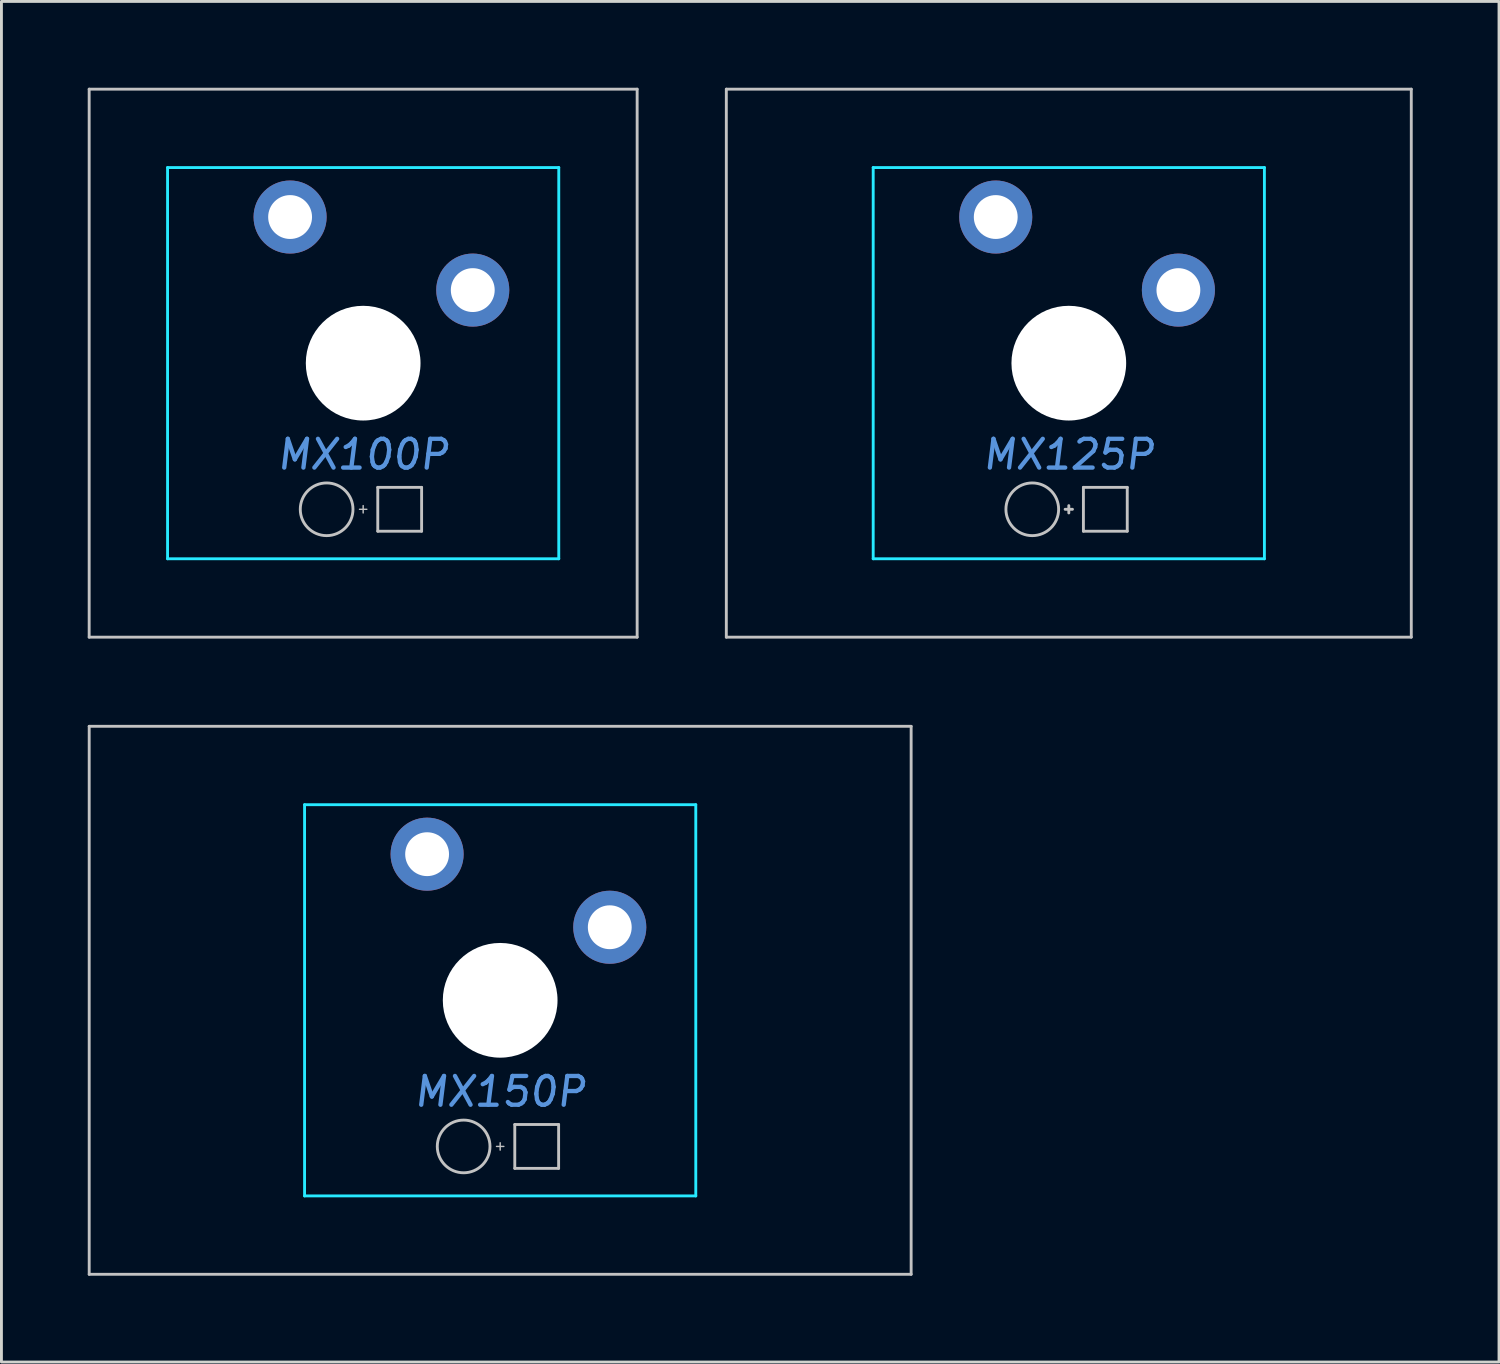
<source format=kicad_pcb>
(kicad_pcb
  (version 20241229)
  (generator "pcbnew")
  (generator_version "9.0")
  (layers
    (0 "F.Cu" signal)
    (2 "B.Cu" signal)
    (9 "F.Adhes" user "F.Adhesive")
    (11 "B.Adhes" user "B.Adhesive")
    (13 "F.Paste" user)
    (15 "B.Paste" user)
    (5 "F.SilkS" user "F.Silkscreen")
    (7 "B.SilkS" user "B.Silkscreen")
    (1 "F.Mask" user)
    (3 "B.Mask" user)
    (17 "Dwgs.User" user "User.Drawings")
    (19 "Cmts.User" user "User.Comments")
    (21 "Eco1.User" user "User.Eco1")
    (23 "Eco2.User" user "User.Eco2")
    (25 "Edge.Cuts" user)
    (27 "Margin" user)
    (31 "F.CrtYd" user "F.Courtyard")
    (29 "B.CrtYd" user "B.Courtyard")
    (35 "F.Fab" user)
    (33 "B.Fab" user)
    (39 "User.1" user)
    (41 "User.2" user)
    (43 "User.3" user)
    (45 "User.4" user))
  (footprint "MX125P"
    (layer "F.Cu")
    (at 34.106 9.575)
    (property "Reference" "MX125P" (at 0 3.175 0) (layer "Cmts.User") (effects (font (size 1 1) (thickness 0.15) (italic yes))))
    (attr through_hole)
    (fp_line (start -11.906 -9.525) (end -11.906 9.525) (stroke (width 0.1) (type solid)) (layer "Dwgs.User"))
    (fp_line (start -11.906 -9.525) (end 11.906 -9.525) (stroke (width 0.1) (type solid)) (layer "Dwgs.User"))
    (fp_line (start -11.906 9.525) (end 11.906 9.525) (stroke (width 0.1) (type solid)) (layer "Dwgs.User"))
    (fp_line (start -0.127 5.08) (end 0.127 5.08) (stroke (width 0.1) (type solid)) (layer "Dwgs.User"))
    (fp_line (start 0 4.953) (end 0 5.207) (stroke (width 0.1) (type solid)) (layer "Dwgs.User"))
    (fp_line (start 0.508 4.318) (end 2.032 4.318) (stroke (width 0.1) (type solid)) (layer "Dwgs.User"))
    (fp_line (start 0.508 5.842) (end 0.508 4.318) (stroke (width 0.1) (type solid)) (layer "Dwgs.User"))
    (fp_line (start 2.032 4.318) (end 2.032 5.842) (stroke (width 0.1) (type solid)) (layer "Dwgs.User"))
    (fp_line (start 2.032 5.842) (end 0.508 5.842) (stroke (width 0.1) (type solid)) (layer "Dwgs.User"))
    (fp_line (start 11.906 -9.525) (end 11.906 9.525) (stroke (width 0.1) (type solid)) (layer "Dwgs.User"))
    (fp_circle (center -1.27 5.08) (end -0.354 5.08) (stroke (width 0.1) (type solid)) (fill no) (layer "Dwgs.User"))
    (fp_line (start -8.001 -5.715) (end -8.001 -3.175) (stroke (width 0.1) (type solid)) (layer "Eco1.User"))
    (fp_line (start -8.001 5.715) (end -8.001 3.175) (stroke (width 0.1) (type solid)) (layer "Eco1.User"))
    (fp_line (start -7.747 -5.969) (end -7.239 -5.969) (stroke (width 0.1) (type solid)) (layer "Eco1.User"))
    (fp_line (start -7.747 -2.921) (end -7.239 -2.921) (stroke (width 0.1) (type solid)) (layer "Eco1.User"))
    (fp_line (start -7.747 2.921) (end -7.239 2.921) (stroke (width 0.1) (type solid)) (layer "Eco1.User"))
    (fp_line (start -7.747 5.969) (end -7.239 5.969) (stroke (width 0.1) (type solid)) (layer "Eco1.User"))
    (fp_line (start -6.985 -6.223) (end -6.985 -6.731) (stroke (width 0.1) (type solid)) (layer "Eco1.User"))
    (fp_line (start -6.985 -2.667) (end -6.985 2.667) (stroke (width 0.1) (type solid)) (layer "Eco1.User"))
    (fp_line (start -6.985 6.223) (end -6.985 6.731) (stroke (width 0.1) (type solid)) (layer "Eco1.User"))
    (fp_line (start -2.159 0) (end 2.159 0) (stroke (width 0.1) (type solid)) (layer "Eco1.User"))
    (fp_line (start 0 -2.286) (end 0 2.286) (stroke (width 0.1) (type solid)) (layer "Eco1.User"))
    (fp_line (start 6.731 -6.985) (end -6.731 -6.985) (stroke (width 0.1) (type solid)) (layer "Eco1.User"))
    (fp_line (start 6.731 6.985) (end -6.731 6.985) (stroke (width 0.1) (type solid)) (layer "Eco1.User"))
    (fp_line (start 6.985 -6.223) (end 6.985 -6.731) (stroke (width 0.1) (type solid)) (layer "Eco1.User"))
    (fp_line (start 6.985 2.667) (end 6.985 -2.667) (stroke (width 0.1) (type solid)) (layer "Eco1.User"))
    (fp_line (start 6.985 6.223) (end 6.985 6.731) (stroke (width 0.1) (type solid)) (layer "Eco1.User"))
    (fp_line (start 7.747 -5.969) (end 7.239 -5.969) (stroke (width 0.1) (type solid)) (layer "Eco1.User"))
    (fp_line (start 7.747 -2.921) (end 7.239 -2.921) (stroke (width 0.1) (type solid)) (layer "Eco1.User"))
    (fp_line (start 7.747 2.921) (end 7.239 2.921) (stroke (width 0.1) (type solid)) (layer "Eco1.User"))
    (fp_line (start 7.747 5.969) (end 7.239 5.969) (stroke (width 0.1) (type solid)) (layer "Eco1.User"))
    (fp_line (start 8.001 -5.715) (end 8.001 -3.175) (stroke (width 0.1) (type solid)) (layer "Eco1.User"))
    (fp_line (start 8.001 5.715) (end 8.001 3.175) (stroke (width 0.1) (type solid)) (layer "Eco1.User"))
    (fp_arc (start -8.001 -5.715) (mid -7.926605 -5.894605) (end -7.747 -5.969) (stroke (width 0.1) (type solid)) (layer "Eco1.User"))
    (fp_arc (start -8.001 3.175) (mid -7.926605 2.995395) (end -7.747 2.921) (stroke (width 0.1) (type solid)) (layer "Eco1.User"))
    (fp_arc (start -7.747 -2.921) (mid -7.926605 -2.995395) (end -8.001 -3.175) (stroke (width 0.1) (type solid)) (layer "Eco1.User"))
    (fp_arc (start -7.747 5.969) (mid -7.926605 5.894605) (end -8.001 5.715) (stroke (width 0.1) (type solid)) (layer "Eco1.User"))
    (fp_arc (start -7.239 -2.921) (mid -7.059395 -2.846605) (end -6.985 -2.667) (stroke (width 0.1) (type solid)) (layer "Eco1.User"))
    (fp_arc (start -7.239 5.969) (mid -7.059395 6.043395) (end -6.985 6.223) (stroke (width 0.1) (type solid)) (layer "Eco1.User"))
    (fp_arc (start -6.985 -6.731) (mid -6.910605 -6.910605) (end -6.731 -6.985) (stroke (width 0.1) (type solid)) (layer "Eco1.User"))
    (fp_arc (start -6.985 -6.223) (mid -7.059395 -6.043395) (end -7.239 -5.969) (stroke (width 0.1) (type solid)) (layer "Eco1.User"))
    (fp_arc (start -6.985 2.667) (mid -7.059395 2.846605) (end -7.239 2.921) (stroke (width 0.1) (type solid)) (layer "Eco1.User"))
    (fp_arc (start -6.731 6.985) (mid -6.910605 6.910605) (end -6.985 6.731) (stroke (width 0.1) (type solid)) (layer "Eco1.User"))
    (fp_arc (start 6.731 -6.985) (mid 6.910605 -6.910605) (end 6.985 -6.731) (stroke (width 0.1) (type solid)) (layer "Eco1.User"))
    (fp_arc (start 6.985 -2.667) (mid 7.059395 -2.846605) (end 7.239 -2.921) (stroke (width 0.1) (type solid)) (layer "Eco1.User"))
    (fp_arc (start 6.985 6.223) (mid 7.059395 6.043395) (end 7.239 5.969) (stroke (width 0.1) (type solid)) (layer "Eco1.User"))
    (fp_arc (start 6.985 6.731) (mid 6.910605 6.910605) (end 6.731 6.985) (stroke (width 0.1) (type solid)) (layer "Eco1.User"))
    (fp_arc (start 7.239 -5.969) (mid 7.059395 -6.043395) (end 6.985 -6.223) (stroke (width 0.1) (type solid)) (layer "Eco1.User"))
    (fp_arc (start 7.239 2.921) (mid 7.059395 2.846605) (end 6.985 2.667) (stroke (width 0.1) (type solid)) (layer "Eco1.User"))
    (fp_arc (start 7.747 -5.969) (mid 7.926605 -5.894605) (end 8.001 -5.715) (stroke (width 0.1) (type solid)) (layer "Eco1.User"))
    (fp_arc (start 7.747 2.921) (mid 7.926605 2.995395) (end 8.001 3.175) (stroke (width 0.1) (type solid)) (layer "Eco1.User"))
    (fp_arc (start 8.001 -3.175) (mid 7.926605 -2.995395) (end 7.747 -2.921) (stroke (width 0.1) (type solid)) (layer "Eco1.User"))
    (fp_arc (start 8.001 5.715) (mid 7.926605 5.894605) (end 7.747 5.969) (stroke (width 0.1) (type solid)) (layer "Eco1.User"))
    (fp_circle (center 0 0) (end 1.905 0) (stroke (width 0.1) (type solid)) (fill no) (layer "Eco1.User"))
    (fp_line (start -6.8 -6.8) (end -6.8 6.8) (stroke (width 0.1) (type solid)) (layer "B.CrtYd"))
    (fp_line (start -6.8 -6.8) (end 6.8 -6.8) (stroke (width 0.1) (type solid)) (layer "B.CrtYd"))
    (fp_line (start -6.8 6.8) (end 6.8 6.8) (stroke (width 0.1) (type solid)) (layer "B.CrtYd"))
    (fp_line (start 6.8 6.8) (end 6.8 -6.8) (stroke (width 0.1) (type solid)) (layer "B.CrtYd"))
    (pad "" np_thru_hole circle (at 0 0) (size 3.988 3.988) (drill 3.988) (layers "*.Cu" "*.Mask"))
    (pad "1" thru_hole circle (at -2.54 -5.08) (size 2.54 2.54) (drill 1.524) (layers "*.Cu" "*.Mask"))
    (pad "2" thru_hole circle (at 3.81 -2.54) (size 2.54 2.54) (drill 1.524) (layers "*.Cu" "*.Mask")))
  (footprint "MX100P"
    (layer "F.Cu")
    (at 9.575 9.575)
    (property "Reference" "MX100P" (at 0 3.175 0) (layer "Cmts.User") (effects (font (size 1 1) (thickness 0.15) (italic yes))))
    (attr through_hole)
    (fp_line (start -9.525 -9.525) (end 9.525 -9.525) (stroke (width 0.1) (type solid)) (layer "Dwgs.User"))
    (fp_line (start -9.525 9.525) (end -9.525 -9.525) (stroke (width 0.1) (type solid)) (layer "Dwgs.User"))
    (fp_line (start -0.127 5.08) (end 0.127 5.08) (stroke (width 0.05) (type solid)) (layer "Dwgs.User"))
    (fp_line (start 0 4.953) (end 0 5.207) (stroke (width 0.05) (type solid)) (layer "Dwgs.User"))
    (fp_line (start 0.508 4.318) (end 0.508 5.842) (stroke (width 0.1) (type solid)) (layer "Dwgs.User"))
    (fp_line (start 0.508 4.318) (end 2.032 4.318) (stroke (width 0.1) (type solid)) (layer "Dwgs.User"))
    (fp_line (start 2.032 5.842) (end 0.508 5.842) (stroke (width 0.1) (type solid)) (layer "Dwgs.User"))
    (fp_line (start 2.032 5.842) (end 2.032 4.318) (stroke (width 0.1) (type solid)) (layer "Dwgs.User"))
    (fp_line (start 9.525 -9.525) (end 9.525 9.525) (stroke (width 0.1) (type solid)) (layer "Dwgs.User"))
    (fp_line (start 9.525 9.525) (end -9.525 9.525) (stroke (width 0.1) (type solid)) (layer "Dwgs.User"))
    (fp_circle (center -1.27 5.08) (end -0.354 5.08) (stroke (width 0.1) (type solid)) (fill no) (layer "Dwgs.User"))
    (fp_line (start -8.001 -5.715) (end -8.001 -3.175) (stroke (width 0.1) (type solid)) (layer "Eco1.User"))
    (fp_line (start -8.001 5.715) (end -8.001 3.175) (stroke (width 0.1) (type solid)) (layer "Eco1.User"))
    (fp_line (start -7.747 -5.969) (end -7.239 -5.969) (stroke (width 0.1) (type solid)) (layer "Eco1.User"))
    (fp_line (start -7.747 -2.921) (end -7.239 -2.921) (stroke (width 0.1) (type solid)) (layer "Eco1.User"))
    (fp_line (start -7.747 2.921) (end -7.239 2.921) (stroke (width 0.1) (type solid)) (layer "Eco1.User"))
    (fp_line (start -7.747 5.969) (end -7.239 5.969) (stroke (width 0.1) (type solid)) (layer "Eco1.User"))
    (fp_line (start -6.985 -6.223) (end -6.985 -6.731) (stroke (width 0.1) (type solid)) (layer "Eco1.User"))
    (fp_line (start -6.985 -2.667) (end -6.985 2.667) (stroke (width 0.1) (type solid)) (layer "Eco1.User"))
    (fp_line (start -6.985 6.223) (end -6.985 6.731) (stroke (width 0.1) (type solid)) (layer "Eco1.User"))
    (fp_line (start -2.159 0) (end 2.159 0) (stroke (width 0.1) (type solid)) (layer "Eco1.User"))
    (fp_line (start 0 -2.286) (end 0 2.286) (stroke (width 0.1) (type solid)) (layer "Eco1.User"))
    (fp_line (start 6.731 -6.985) (end -6.731 -6.985) (stroke (width 0.1) (type solid)) (layer "Eco1.User"))
    (fp_line (start 6.731 6.985) (end -6.731 6.985) (stroke (width 0.1) (type solid)) (layer "Eco1.User"))
    (fp_line (start 6.985 -6.223) (end 6.985 -6.731) (stroke (width 0.1) (type solid)) (layer "Eco1.User"))
    (fp_line (start 6.985 2.667) (end 6.985 -2.667) (stroke (width 0.1) (type solid)) (layer "Eco1.User"))
    (fp_line (start 6.985 6.223) (end 6.985 6.731) (stroke (width 0.1) (type solid)) (layer "Eco1.User"))
    (fp_line (start 7.747 -5.969) (end 7.239 -5.969) (stroke (width 0.1) (type solid)) (layer "Eco1.User"))
    (fp_line (start 7.747 -2.921) (end 7.239 -2.921) (stroke (width 0.1) (type solid)) (layer "Eco1.User"))
    (fp_line (start 7.747 2.921) (end 7.239 2.921) (stroke (width 0.1) (type solid)) (layer "Eco1.User"))
    (fp_line (start 7.747 5.969) (end 7.239 5.969) (stroke (width 0.1) (type solid)) (layer "Eco1.User"))
    (fp_line (start 8.001 -5.715) (end 8.001 -3.175) (stroke (width 0.1) (type solid)) (layer "Eco1.User"))
    (fp_line (start 8.001 5.715) (end 8.001 3.175) (stroke (width 0.1) (type solid)) (layer "Eco1.User"))
    (fp_arc (start -8.001 -5.715) (mid -7.926605 -5.894605) (end -7.747 -5.969) (stroke (width 0.1) (type solid)) (layer "Eco1.User"))
    (fp_arc (start -8.001 3.175) (mid -7.926605 2.995395) (end -7.747 2.921) (stroke (width 0.1) (type solid)) (layer "Eco1.User"))
    (fp_arc (start -7.747 -2.921) (mid -7.926605 -2.995395) (end -8.001 -3.175) (stroke (width 0.1) (type solid)) (layer "Eco1.User"))
    (fp_arc (start -7.747 5.969) (mid -7.926605 5.894605) (end -8.001 5.715) (stroke (width 0.1) (type solid)) (layer "Eco1.User"))
    (fp_arc (start -7.239 -2.921) (mid -7.059395 -2.846605) (end -6.985 -2.667) (stroke (width 0.1) (type solid)) (layer "Eco1.User"))
    (fp_arc (start -7.239 5.969) (mid -7.059395 6.043395) (end -6.985 6.223) (stroke (width 0.1) (type solid)) (layer "Eco1.User"))
    (fp_arc (start -6.985 -6.731) (mid -6.910605 -6.910605) (end -6.731 -6.985) (stroke (width 0.1) (type solid)) (layer "Eco1.User"))
    (fp_arc (start -6.985 -6.223) (mid -7.059395 -6.043395) (end -7.239 -5.969) (stroke (width 0.1) (type solid)) (layer "Eco1.User"))
    (fp_arc (start -6.985 2.667) (mid -7.059395 2.846605) (end -7.239 2.921) (stroke (width 0.1) (type solid)) (layer "Eco1.User"))
    (fp_arc (start -6.731 6.985) (mid -6.910605 6.910605) (end -6.985 6.731) (stroke (width 0.1) (type solid)) (layer "Eco1.User"))
    (fp_arc (start 6.731 -6.985) (mid 6.910605 -6.910605) (end 6.985 -6.731) (stroke (width 0.1) (type solid)) (layer "Eco1.User"))
    (fp_arc (start 6.985 -2.667) (mid 7.059395 -2.846605) (end 7.239 -2.921) (stroke (width 0.1) (type solid)) (layer "Eco1.User"))
    (fp_arc (start 6.985 6.223) (mid 7.059395 6.043395) (end 7.239 5.969) (stroke (width 0.1) (type solid)) (layer "Eco1.User"))
    (fp_arc (start 6.985 6.731) (mid 6.910605 6.910605) (end 6.731 6.985) (stroke (width 0.1) (type solid)) (layer "Eco1.User"))
    (fp_arc (start 7.239 -5.969) (mid 7.059395 -6.043395) (end 6.985 -6.223) (stroke (width 0.1) (type solid)) (layer "Eco1.User"))
    (fp_arc (start 7.239 2.921) (mid 7.059395 2.846605) (end 6.985 2.667) (stroke (width 0.1) (type solid)) (layer "Eco1.User"))
    (fp_arc (start 7.747 -5.969) (mid 7.926605 -5.894605) (end 8.001 -5.715) (stroke (width 0.1) (type solid)) (layer "Eco1.User"))
    (fp_arc (start 7.747 2.921) (mid 7.926605 2.995395) (end 8.001 3.175) (stroke (width 0.1) (type solid)) (layer "Eco1.User"))
    (fp_arc (start 8.001 -3.175) (mid 7.926605 -2.995395) (end 7.747 -2.921) (stroke (width 0.1) (type solid)) (layer "Eco1.User"))
    (fp_arc (start 8.001 5.715) (mid 7.926605 5.894605) (end 7.747 5.969) (stroke (width 0.1) (type solid)) (layer "Eco1.User"))
    (fp_circle (center 0 0) (end 1.905 0) (stroke (width 0.1) (type solid)) (fill no) (layer "Eco1.User"))
    (fp_line (start -6.8 -6.8) (end -6.8 6.8) (stroke (width 0.1) (type solid)) (layer "B.CrtYd"))
    (fp_line (start -6.8 -6.8) (end 6.8 -6.8) (stroke (width 0.1) (type solid)) (layer "B.CrtYd"))
    (fp_line (start -6.8 6.8) (end 6.8 6.8) (stroke (width 0.1) (type solid)) (layer "B.CrtYd"))
    (fp_line (start 6.8 -6.8) (end 6.8 6.8) (stroke (width 0.1) (type solid)) (layer "B.CrtYd"))
    (pad "" np_thru_hole circle (at 0 0) (size 3.988 3.988) (drill 3.988) (layers "*.Cu" "*.Mask"))
    (pad "1" thru_hole circle (at -2.54 -5.08) (size 2.54 2.54) (drill 1.525) (layers "*.Cu" "*.Mask"))
    (pad "2" thru_hole circle (at 3.81 -2.54 90) (size 2.54 2.54) (drill 1.525) (layers "*.Cu" "*.Mask")))
  (footprint "MX150P"
    (layer "F.Cu")
    (at 14.338 31.725)
    (property "Reference" "MX150P" (at 0 3.175 0) (layer "Cmts.User") (effects (font (size 1 1) (thickness 0.15) (italic yes))))
    (attr through_hole)
    (fp_line (start -14.287 -9.525) (end -14.287 9.525) (stroke (width 0.1) (type solid)) (layer "Dwgs.User"))
    (fp_line (start -14.287 -9.525) (end 14.287 -9.525) (stroke (width 0.1) (type solid)) (layer "Dwgs.User"))
    (fp_line (start -14.287 9.525) (end 14.287 9.525) (stroke (width 0.1) (type solid)) (layer "Dwgs.User"))
    (fp_line (start 0 5.207) (end 0 4.953) (stroke (width 0.05) (type solid)) (layer "Dwgs.User"))
    (fp_line (start 0.127 5.08) (end -0.127 5.08) (stroke (width 0.05) (type solid)) (layer "Dwgs.User"))
    (fp_line (start 0.508 4.318) (end 2.032 4.318) (stroke (width 0.1) (type solid)) (layer "Dwgs.User"))
    (fp_line (start 0.508 5.842) (end 0.508 4.318) (stroke (width 0.1) (type solid)) (layer "Dwgs.User"))
    (fp_line (start 0.508 5.842) (end 2.032 5.842) (stroke (width 0.1) (type solid)) (layer "Dwgs.User"))
    (fp_line (start 2.032 5.842) (end 2.032 4.318) (stroke (width 0.1) (type solid)) (layer "Dwgs.User"))
    (fp_line (start 14.287 -9.525) (end 14.287 9.525) (stroke (width 0.1) (type solid)) (layer "Dwgs.User"))
    (fp_circle (center -1.27 5.08) (end -0.354 5.08) (stroke (width 0.1) (type solid)) (fill no) (layer "Dwgs.User"))
    (fp_line (start -8.001 -5.715) (end -8.001 -3.175) (stroke (width 0.1) (type solid)) (layer "Eco1.User"))
    (fp_line (start -8.001 5.715) (end -8.001 3.175) (stroke (width 0.1) (type solid)) (layer "Eco1.User"))
    (fp_line (start -7.747 -5.969) (end -7.239 -5.969) (stroke (width 0.1) (type solid)) (layer "Eco1.User"))
    (fp_line (start -7.747 -2.921) (end -7.239 -2.921) (stroke (width 0.1) (type solid)) (layer "Eco1.User"))
    (fp_line (start -7.747 2.921) (end -7.239 2.921) (stroke (width 0.1) (type solid)) (layer "Eco1.User"))
    (fp_line (start -7.747 5.969) (end -7.239 5.969) (stroke (width 0.1) (type solid)) (layer "Eco1.User"))
    (fp_line (start -6.985 -6.223) (end -6.985 -6.731) (stroke (width 0.1) (type solid)) (layer "Eco1.User"))
    (fp_line (start -6.985 -2.667) (end -6.985 2.667) (stroke (width 0.1) (type solid)) (layer "Eco1.User"))
    (fp_line (start -6.985 6.223) (end -6.985 6.731) (stroke (width 0.1) (type solid)) (layer "Eco1.User"))
    (fp_line (start -2.159 0) (end 2.159 0) (stroke (width 0.1) (type solid)) (layer "Eco1.User"))
    (fp_line (start 0 -2.286) (end 0 2.286) (stroke (width 0.1) (type solid)) (layer "Eco1.User"))
    (fp_line (start 6.731 -6.985) (end -6.731 -6.985) (stroke (width 0.1) (type solid)) (layer "Eco1.User"))
    (fp_line (start 6.731 6.985) (end -6.731 6.985) (stroke (width 0.1) (type solid)) (layer "Eco1.User"))
    (fp_line (start 6.985 -6.223) (end 6.985 -6.731) (stroke (width 0.1) (type solid)) (layer "Eco1.User"))
    (fp_line (start 6.985 2.667) (end 6.985 -2.667) (stroke (width 0.1) (type solid)) (layer "Eco1.User"))
    (fp_line (start 6.985 6.223) (end 6.985 6.731) (stroke (width 0.1) (type solid)) (layer "Eco1.User"))
    (fp_line (start 7.747 -5.969) (end 7.239 -5.969) (stroke (width 0.1) (type solid)) (layer "Eco1.User"))
    (fp_line (start 7.747 -2.921) (end 7.239 -2.921) (stroke (width 0.1) (type solid)) (layer "Eco1.User"))
    (fp_line (start 7.747 2.921) (end 7.239 2.921) (stroke (width 0.1) (type solid)) (layer "Eco1.User"))
    (fp_line (start 7.747 5.969) (end 7.239 5.969) (stroke (width 0.1) (type solid)) (layer "Eco1.User"))
    (fp_line (start 8.001 -5.715) (end 8.001 -3.175) (stroke (width 0.1) (type solid)) (layer "Eco1.User"))
    (fp_line (start 8.001 5.715) (end 8.001 3.175) (stroke (width 0.1) (type solid)) (layer "Eco1.User"))
    (fp_arc (start -8.001 -5.715) (mid -7.926605 -5.894605) (end -7.747 -5.969) (stroke (width 0.1) (type solid)) (layer "Eco1.User"))
    (fp_arc (start -8.001 3.175) (mid -7.926605 2.995395) (end -7.747 2.921) (stroke (width 0.1) (type solid)) (layer "Eco1.User"))
    (fp_arc (start -7.747 -2.921) (mid -7.926605 -2.995395) (end -8.001 -3.175) (stroke (width 0.1) (type solid)) (layer "Eco1.User"))
    (fp_arc (start -7.747 5.969) (mid -7.926605 5.894605) (end -8.001 5.715) (stroke (width 0.1) (type solid)) (layer "Eco1.User"))
    (fp_arc (start -7.239 -2.921) (mid -7.059395 -2.846605) (end -6.985 -2.667) (stroke (width 0.1) (type solid)) (layer "Eco1.User"))
    (fp_arc (start -7.239 5.969) (mid -7.059395 6.043395) (end -6.985 6.223) (stroke (width 0.1) (type solid)) (layer "Eco1.User"))
    (fp_arc (start -6.985 -6.731) (mid -6.910605 -6.910605) (end -6.731 -6.985) (stroke (width 0.1) (type solid)) (layer "Eco1.User"))
    (fp_arc (start -6.985 -6.223) (mid -7.059395 -6.043395) (end -7.239 -5.969) (stroke (width 0.1) (type solid)) (layer "Eco1.User"))
    (fp_arc (start -6.985 2.667) (mid -7.059395 2.846605) (end -7.239 2.921) (stroke (width 0.1) (type solid)) (layer "Eco1.User"))
    (fp_arc (start -6.731 6.985) (mid -6.910605 6.910605) (end -6.985 6.731) (stroke (width 0.1) (type solid)) (layer "Eco1.User"))
    (fp_arc (start 6.731 -6.985) (mid 6.910605 -6.910605) (end 6.985 -6.731) (stroke (width 0.1) (type solid)) (layer "Eco1.User"))
    (fp_arc (start 6.985 -2.667) (mid 7.059395 -2.846605) (end 7.239 -2.921) (stroke (width 0.1) (type solid)) (layer "Eco1.User"))
    (fp_arc (start 6.985 6.223) (mid 7.059395 6.043395) (end 7.239 5.969) (stroke (width 0.1) (type solid)) (layer "Eco1.User"))
    (fp_arc (start 6.985 6.731) (mid 6.910605 6.910605) (end 6.731 6.985) (stroke (width 0.1) (type solid)) (layer "Eco1.User"))
    (fp_arc (start 7.239 -5.969) (mid 7.059395 -6.043395) (end 6.985 -6.223) (stroke (width 0.1) (type solid)) (layer "Eco1.User"))
    (fp_arc (start 7.239 2.921) (mid 7.059395 2.846605) (end 6.985 2.667) (stroke (width 0.1) (type solid)) (layer "Eco1.User"))
    (fp_arc (start 7.747 -5.969) (mid 7.926605 -5.894605) (end 8.001 -5.715) (stroke (width 0.1) (type solid)) (layer "Eco1.User"))
    (fp_arc (start 7.747 2.921) (mid 7.926605 2.995395) (end 8.001 3.175) (stroke (width 0.1) (type solid)) (layer "Eco1.User"))
    (fp_arc (start 8.001 -3.175) (mid 7.926605 -2.995395) (end 7.747 -2.921) (stroke (width 0.1) (type solid)) (layer "Eco1.User"))
    (fp_arc (start 8.001 5.715) (mid 7.926605 5.894605) (end 7.747 5.969) (stroke (width 0.1) (type solid)) (layer "Eco1.User"))
    (fp_circle (center 0 0) (end 1.905 0) (stroke (width 0.1) (type solid)) (fill no) (layer "Eco1.User"))
    (fp_line (start -6.8 -6.8) (end 6.8 -6.8) (stroke (width 0.1) (type solid)) (layer "B.CrtYd"))
    (fp_line (start -6.8 6.8) (end -6.8 -6.8) (stroke (width 0.1) (type solid)) (layer "B.CrtYd"))
    (fp_line (start -6.8 6.8) (end 6.8 6.8) (stroke (width 0.1) (type solid)) (layer "B.CrtYd"))
    (fp_line (start 6.8 6.8) (end 6.8 -6.8) (stroke (width 0.1) (type solid)) (layer "B.CrtYd"))
    (pad "" np_thru_hole circle (at 0 0) (size 3.988 3.988) (drill 3.988) (layers "*.Cu" "*.Mask"))
    (pad "1" thru_hole circle (at -2.54 -5.08) (size 2.54 2.54) (drill 1.524) (layers "*.Cu" "*.Mask"))
    (pad "2" thru_hole circle (at 3.81 -2.54) (size 2.54 2.54) (drill 1.524) (layers "*.Cu" "*.Mask")))
  (gr_rect
    (start -3 -3)
    (end 49.062 44.3)
    (stroke (width 0.1) (type default))
    (fill no)
    (layer "Edge.Cuts")))
</source>
